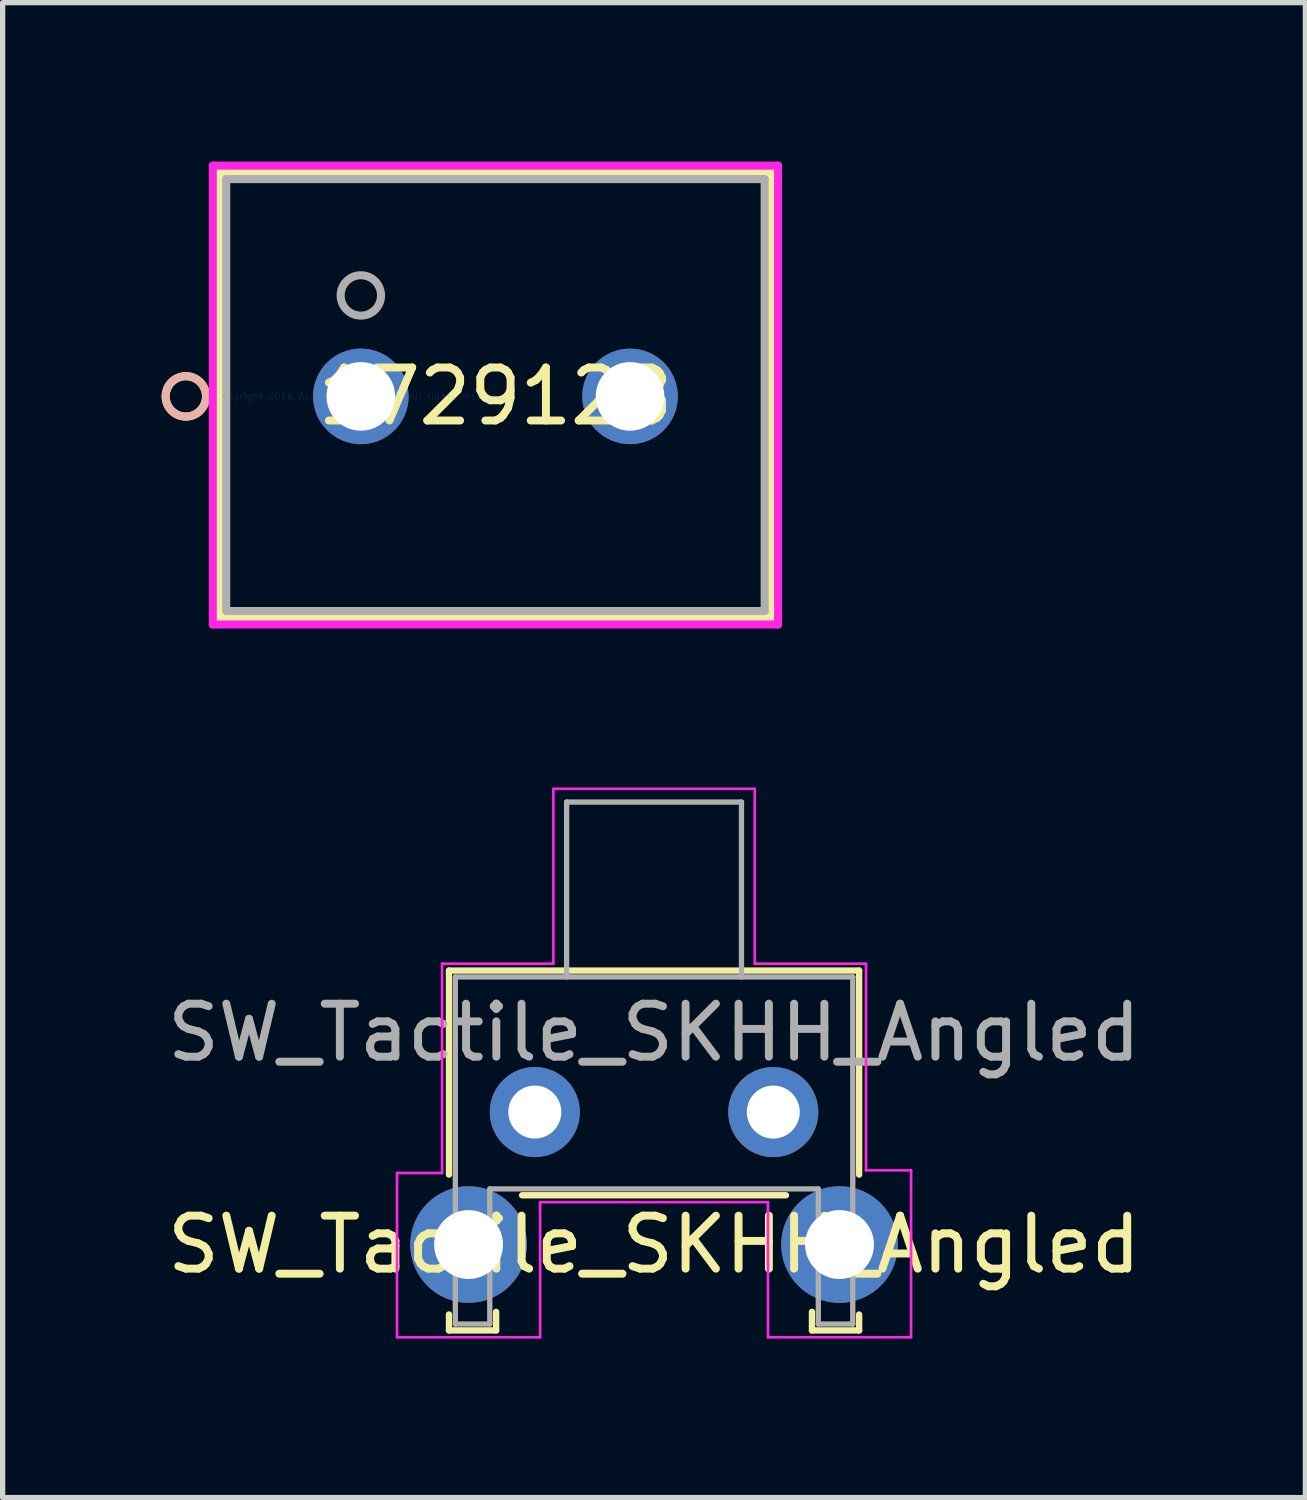
<source format=kicad_pcb>
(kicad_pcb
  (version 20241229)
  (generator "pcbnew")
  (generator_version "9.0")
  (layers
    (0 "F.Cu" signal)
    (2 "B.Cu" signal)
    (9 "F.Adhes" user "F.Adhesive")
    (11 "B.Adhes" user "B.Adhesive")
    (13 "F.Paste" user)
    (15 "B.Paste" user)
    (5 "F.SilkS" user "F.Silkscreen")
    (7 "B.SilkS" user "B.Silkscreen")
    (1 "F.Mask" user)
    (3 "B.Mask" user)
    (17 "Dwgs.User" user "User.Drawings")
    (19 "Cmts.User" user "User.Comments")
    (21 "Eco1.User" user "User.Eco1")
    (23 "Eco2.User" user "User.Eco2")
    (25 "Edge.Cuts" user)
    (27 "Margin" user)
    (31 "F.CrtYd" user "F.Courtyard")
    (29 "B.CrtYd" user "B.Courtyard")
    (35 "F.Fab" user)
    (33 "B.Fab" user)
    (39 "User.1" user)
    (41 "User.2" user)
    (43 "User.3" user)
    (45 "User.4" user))
  (footprint "SW_Tactile_SKHH_Angled"
    (layer "F.Cu")
    (at 7.042 17.935)
    (property "Reference" "SW_Tactile_SKHH_Angled" (at 2.25 2.5 0) (layer "F.SilkS") (effects (font (size 1 1) (thickness 0.15))))
    (attr through_hole)
    (fp_circle (center -1.25 2.5) (end -1.885 2.5) (stroke (width 0.1) (type solid)) (fill no) (layer "F.Mask"))
    (fp_circle (center 0 0) (end -0.445 0) (stroke (width 0.1) (type solid)) (fill no) (layer "F.Mask"))
    (fp_circle (center 4.5 0) (end 4.056 0) (stroke (width 0.1) (type solid)) (fill no) (layer "F.Mask"))
    (fp_circle (center 5.75 2.5) (end 5.115 2.5) (stroke (width 0.1) (type solid)) (fill no) (layer "F.Mask"))
    (fp_circle (center -1.25 2.5) (end -2.393 2.5) (stroke (width 0.1) (type solid)) (fill no) (layer "B.Mask"))
    (fp_circle (center 0 0) (end -0.889 0) (stroke (width 0.1) (type solid)) (fill no) (layer "B.Mask"))
    (fp_circle (center 4.5 0) (end 3.611 0) (stroke (width 0.1) (type solid)) (fill no) (layer "B.Mask"))
    (fp_circle (center 5.75 2.5) (end 4.607 2.5) (stroke (width 0.1) (type solid)) (fill no) (layer "B.Mask"))
    (fp_line (start -1.62 -2.67) (end -1.62 1.18) (stroke (width 0.12) (type solid)) (layer "F.SilkS"))
    (fp_line (start -1.62 3.82) (end -1.62 4.12) (stroke (width 0.12) (type solid)) (layer "F.SilkS"))
    (fp_line (start -0.73 4.12) (end -1.62 4.12) (stroke (width 0.12) (type solid)) (layer "F.SilkS"))
    (fp_line (start -0.73 4.12) (end -0.73 3.77) (stroke (width 0.12) (type solid)) (layer "F.SilkS"))
    (fp_line (start -0.24 1.57) (end 4.74 1.57) (stroke (width 0.12) (type solid)) (layer "F.SilkS"))
    (fp_line (start 5.23 4.12) (end 5.23 3.77) (stroke (width 0.12) (type solid)) (layer "F.SilkS"))
    (fp_line (start 6.12 -2.67) (end -1.62 -2.67) (stroke (width 0.12) (type solid)) (layer "F.SilkS"))
    (fp_line (start 6.12 1.18) (end 6.12 -2.67) (stroke (width 0.12) (type solid)) (layer "F.SilkS"))
    (fp_line (start 6.12 3.82) (end 6.12 4.12) (stroke (width 0.12) (type solid)) (layer "F.SilkS"))
    (fp_line (start 6.12 4.12) (end 5.23 4.12) (stroke (width 0.12) (type solid)) (layer "F.SilkS"))
    (fp_line (start -2.6 1.15) (end -1.75 1.15) (stroke (width 0.05) (type solid)) (layer "F.CrtYd"))
    (fp_line (start -2.6 4.25) (end -2.6 1.15) (stroke (width 0.05) (type solid)) (layer "F.CrtYd"))
    (fp_line (start -1.75 1.15) (end -1.75 -2.8) (stroke (width 0.05) (type solid)) (layer "F.CrtYd"))
    (fp_line (start 0.1 1.7) (end 4.4 1.7) (stroke (width 0.05) (type solid)) (layer "F.CrtYd"))
    (fp_line (start 0.1 4.25) (end -2.6 4.25) (stroke (width 0.05) (type solid)) (layer "F.CrtYd"))
    (fp_line (start 0.1 4.25) (end 0.1 1.7) (stroke (width 0.05) (type solid)) (layer "F.CrtYd"))
    (fp_line (start 0.35 -6.1) (end 0.35 -2.8) (stroke (width 0.05) (type solid)) (layer "F.CrtYd"))
    (fp_line (start 0.35 -2.8) (end -1.75 -2.8) (stroke (width 0.05) (type solid)) (layer "F.CrtYd"))
    (fp_line (start 4.15 -6.1) (end 0.35 -6.1) (stroke (width 0.05) (type solid)) (layer "F.CrtYd"))
    (fp_line (start 4.15 -2.8) (end 4.15 -6.1) (stroke (width 0.05) (type solid)) (layer "F.CrtYd"))
    (fp_line (start 4.4 1.7) (end 4.4 4.25) (stroke (width 0.05) (type solid)) (layer "F.CrtYd"))
    (fp_line (start 4.4 4.25) (end 7.1 4.25) (stroke (width 0.05) (type solid)) (layer "F.CrtYd"))
    (fp_line (start 6.25 -2.8) (end 4.15 -2.8) (stroke (width 0.05) (type solid)) (layer "F.CrtYd"))
    (fp_line (start 6.25 1.1) (end 6.25 -2.8) (stroke (width 0.05) (type solid)) (layer "F.CrtYd"))
    (fp_line (start 7.1 1.1) (end 6.25 1.1) (stroke (width 0.05) (type solid)) (layer "F.CrtYd"))
    (fp_line (start 7.1 4.25) (end 7.1 1.1) (stroke (width 0.05) (type solid)) (layer "F.CrtYd"))
    (fp_line (start -1.5 4) (end -1.5 -2.55) (stroke (width 0.1) (type solid)) (layer "F.Fab"))
    (fp_line (start -0.85 1.45) (end -0.85 4) (stroke (width 0.1) (type solid)) (layer "F.Fab"))
    (fp_line (start -0.85 4) (end -1.5 4) (stroke (width 0.1) (type solid)) (layer "F.Fab"))
    (fp_line (start 0.6 -5.85) (end 3.9 -5.85) (stroke (width 0.1) (type solid)) (layer "F.Fab"))
    (fp_line (start 0.6 -2.55) (end 0.6 -5.85) (stroke (width 0.1) (type solid)) (layer "F.Fab"))
    (fp_line (start 3.9 -2.55) (end 3.9 -5.85) (stroke (width 0.1) (type solid)) (layer "F.Fab"))
    (fp_line (start 5.35 1.45) (end -0.85 1.45) (stroke (width 0.1) (type solid)) (layer "F.Fab"))
    (fp_line (start 5.35 1.45) (end 5.35 4) (stroke (width 0.1) (type solid)) (layer "F.Fab"))
    (fp_line (start 6 -2.55) (end -1.5 -2.55) (stroke (width 0.1) (type solid)) (layer "F.Fab"))
    (fp_line (start 6 -2.55) (end 6 4) (stroke (width 0.1) (type solid)) (layer "F.Fab"))
    (fp_line (start 6 4) (end 5.35 4) (stroke (width 0.1) (type solid)) (layer "F.Fab"))
    (fp_text user "${REFERENCE}" (at 2.25 -1.5 0) (layer "F.Fab") (effects (font (size 1 1) (thickness 0.15))))
    (pad "" thru_hole circle (at -1.25 2.5 180) (size 2.2 2.2) (drill 1.3) (layers "*.Cu" "*.Mask"))
    (pad "" thru_hole circle (at 5.75 2.5 180) (size 2.2 2.2) (drill 1.3) (layers "*.Cu" "*.Mask"))
    (pad "1" thru_hole circle (at 0 0 180) (size 1.7 1.7) (drill 1) (layers "*.Cu" "*.Mask"))
    (pad "2" thru_hole circle (at 4.5 0 180) (size 1.7 1.7) (drill 1) (layers "*.Cu" "*.Mask")))
  (footprint "1729128"
    (layer "F.Cu")
    (at 3.759 4.43)
    (property "Reference" "1729128" (at 2.54 0 0) (layer "F.SilkS") (effects (font (size 1 1) (thickness 0.15))))
    (attr through_hole)
    (fp_line (start -2.667 -4.227) (end -2.667 4.177) (stroke (width 0.152) (type solid)) (layer "F.SilkS"))
    (fp_line (start -2.667 4.177) (end 7.747 4.177) (stroke (width 0.152) (type solid)) (layer "F.SilkS"))
    (fp_line (start 7.747 -4.227) (end -2.667 -4.227) (stroke (width 0.152) (type solid)) (layer "F.SilkS"))
    (fp_line (start 7.747 4.177) (end 7.747 -4.227) (stroke (width 0.152) (type solid)) (layer "F.SilkS"))
    (fp_circle (center -3.302 0) (end -2.921 0) (stroke (width 0.152) (type solid)) (fill no) (layer "F.SilkS"))
    (fp_circle (center -3.302 0) (end -2.921 0) (stroke (width 0.152) (type solid)) (fill no) (layer "B.SilkS"))
    (fp_line (start -2.794 -4.354) (end -2.794 4.304) (stroke (width 0.152) (type solid)) (layer "F.CrtYd"))
    (fp_line (start -2.794 4.304) (end 7.874 4.304) (stroke (width 0.152) (type solid)) (layer "F.CrtYd"))
    (fp_line (start 7.874 -4.354) (end -2.794 -4.354) (stroke (width 0.152) (type solid)) (layer "F.CrtYd"))
    (fp_line (start 7.874 4.304) (end 7.874 -4.354) (stroke (width 0.152) (type solid)) (layer "F.CrtYd"))
    (fp_line (start -2.54 -4.1) (end -2.54 4.05) (stroke (width 0.152) (type solid)) (layer "F.Fab"))
    (fp_line (start -2.54 4.05) (end 7.62 4.05) (stroke (width 0.152) (type solid)) (layer "F.Fab"))
    (fp_line (start 7.62 -4.1) (end -2.54 -4.1) (stroke (width 0.152) (type solid)) (layer "F.Fab"))
    (fp_line (start 7.62 4.05) (end 7.62 -4.1) (stroke (width 0.152) (type solid)) (layer "F.Fab"))
    (fp_circle (center 0 -1.905) (end 0.381 -1.905) (stroke (width 0.152) (type solid)) (fill no) (layer "F.Fab"))
    (fp_text user "*" (at 0 0 0) (layer "F.SilkS") (effects (font (size 1 1) (thickness 0.15))))
    (fp_text user "Copyright 2016 Accelerated Designs. All rights reserved." (at 0 0 0) (layer "Cmts.User") (effects (font (size 0.127 0.127) (thickness 0.002))))
    (fp_text user "*" (at 0 0 0) (layer "F.Fab") (effects (font (size 1 1) (thickness 0.15))))
    (pad "1" thru_hole circle (at 0 0) (size 1.803 1.803) (drill 1.295) (layers "*.Cu" "*.Mask"))
    (pad "2" thru_hole circle (at 5.08 0) (size 1.803 1.803) (drill 1.295) (layers "*.Cu" "*.Mask")))
  (gr_rect
    (start -3 -3)
    (end 21.583 25.21)
    (stroke (width 0.1) (type default))
    (fill no)
    (layer "Edge.Cuts")))
</source>
